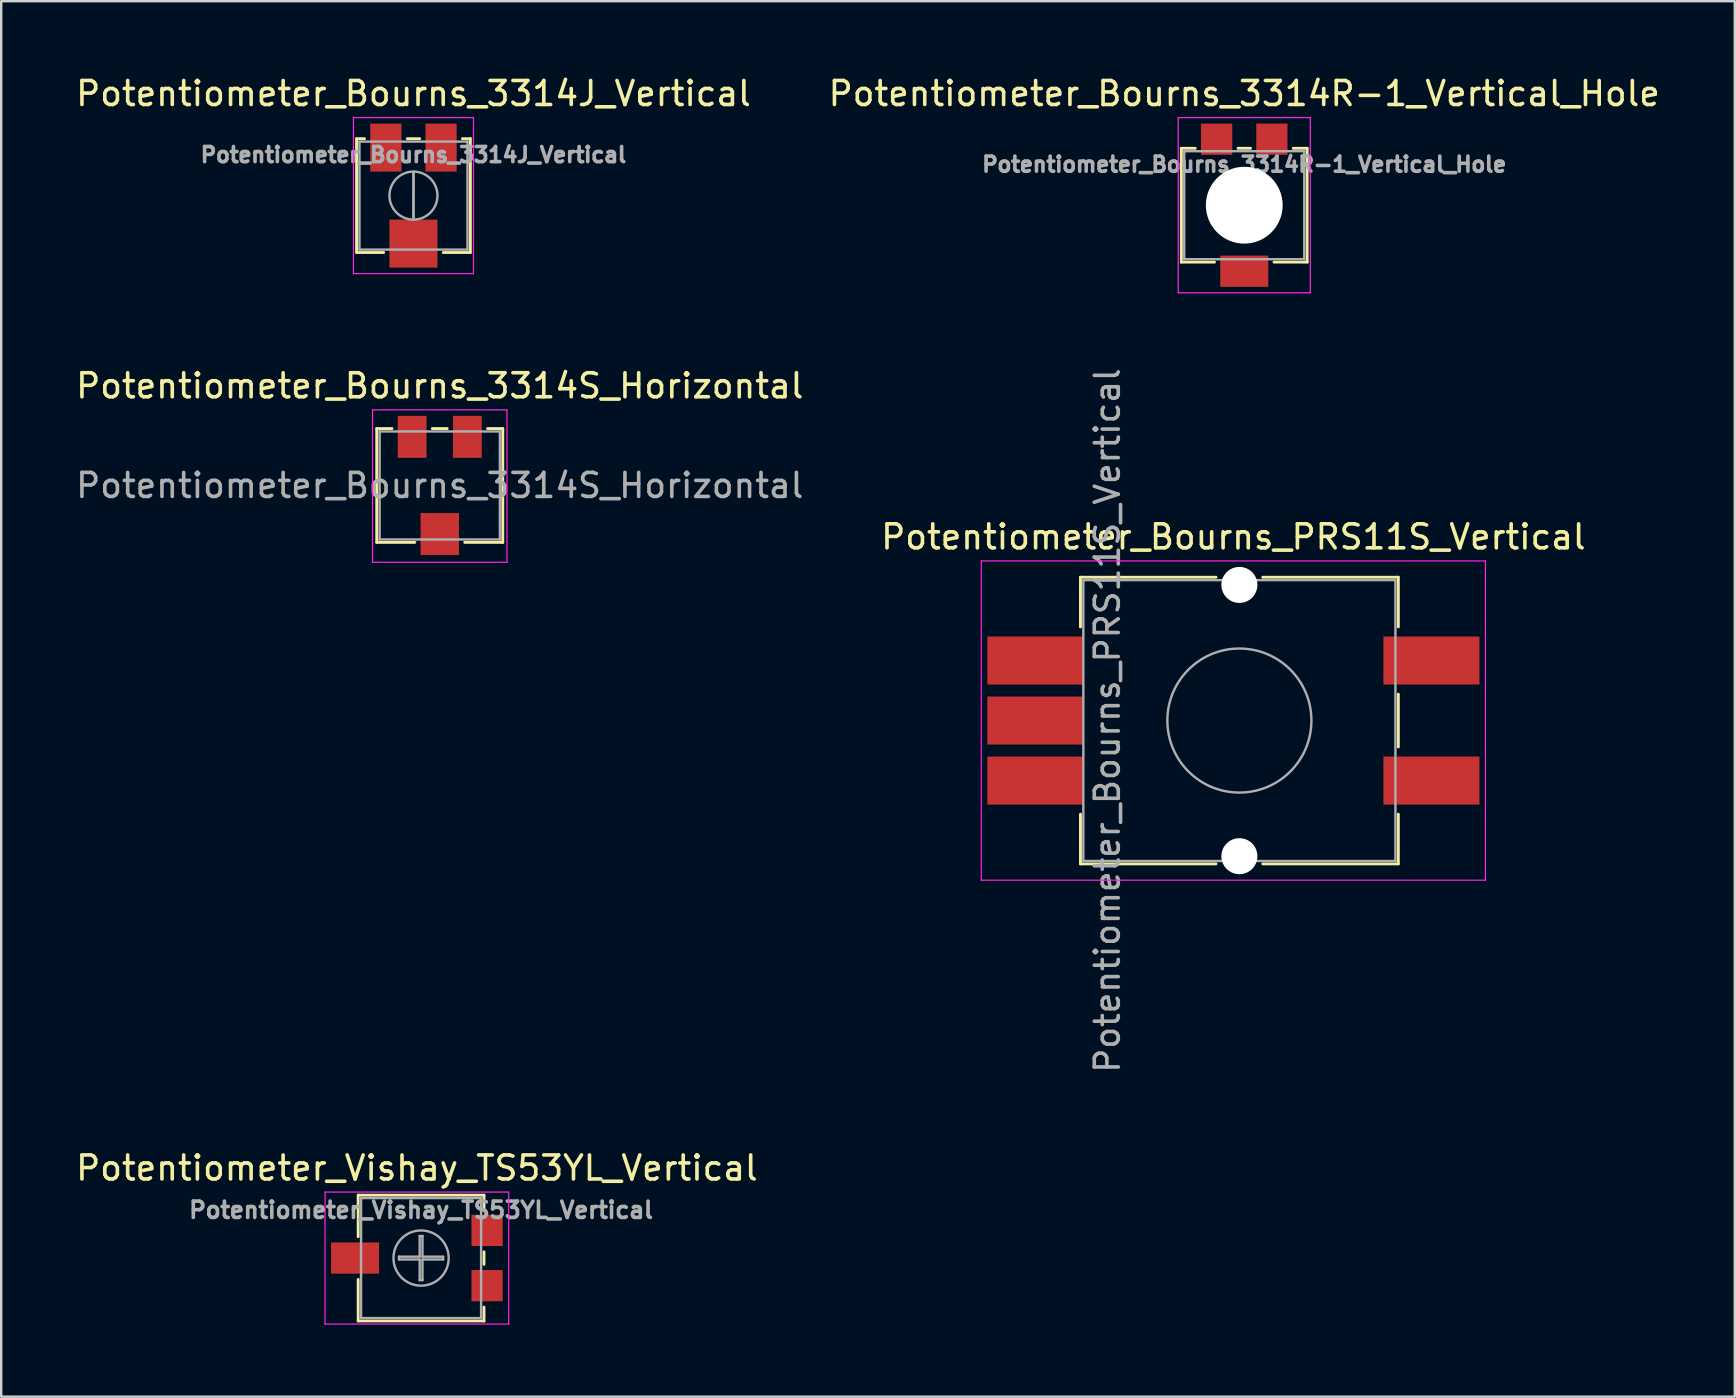
<source format=kicad_pcb>
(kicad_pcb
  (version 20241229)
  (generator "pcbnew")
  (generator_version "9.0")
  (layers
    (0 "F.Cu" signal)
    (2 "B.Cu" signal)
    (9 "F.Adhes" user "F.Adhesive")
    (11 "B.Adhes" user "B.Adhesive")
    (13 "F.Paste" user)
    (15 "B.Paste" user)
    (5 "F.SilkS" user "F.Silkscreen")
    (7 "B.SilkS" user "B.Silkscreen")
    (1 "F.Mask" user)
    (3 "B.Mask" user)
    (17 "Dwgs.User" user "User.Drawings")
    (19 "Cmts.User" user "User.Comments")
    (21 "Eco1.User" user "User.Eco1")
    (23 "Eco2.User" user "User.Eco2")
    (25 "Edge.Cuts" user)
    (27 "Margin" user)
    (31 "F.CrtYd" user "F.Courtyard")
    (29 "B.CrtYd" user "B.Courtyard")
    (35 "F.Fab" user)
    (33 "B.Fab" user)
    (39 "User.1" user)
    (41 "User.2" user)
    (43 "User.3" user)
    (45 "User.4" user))
  (footprint "Potentiometer_Bourns_3314R-1_Vertical_Hole"
    (layer "F.Cu")
    (at 48.78 5.498)
    (property "Reference" "Potentiometer_Bourns_3314R-1_Vertical_Hole" (at 0 -4.65 0) (layer "F.SilkS") (effects (font (size 1 1) (thickness 0.15))))
    (attr smd)
    (fp_line (start -2.62 -2.37) (end -2.62 2.37) (stroke (width 0.12) (type solid)) (layer "F.SilkS"))
    (fp_line (start -2.62 -2.37) (end -2.039 -2.37) (stroke (width 0.12) (type solid)) (layer "F.SilkS"))
    (fp_line (start -2.62 2.37) (end -1.24 2.37) (stroke (width 0.12) (type solid)) (layer "F.SilkS"))
    (fp_line (start -0.26 -2.37) (end 0.26 -2.37) (stroke (width 0.12) (type solid)) (layer "F.SilkS"))
    (fp_line (start 1.24 2.37) (end 2.62 2.37) (stroke (width 0.12) (type solid)) (layer "F.SilkS"))
    (fp_line (start 2.04 -2.37) (end 2.62 -2.37) (stroke (width 0.12) (type solid)) (layer "F.SilkS"))
    (fp_line (start 2.62 -2.37) (end 2.62 2.37) (stroke (width 0.12) (type solid)) (layer "F.SilkS"))
    (fp_line (start -2.75 -3.65) (end -2.75 3.65) (stroke (width 0.05) (type solid)) (layer "F.CrtYd"))
    (fp_line (start -2.75 3.65) (end 2.75 3.65) (stroke (width 0.05) (type solid)) (layer "F.CrtYd"))
    (fp_line (start 2.75 -3.65) (end -2.75 -3.65) (stroke (width 0.05) (type solid)) (layer "F.CrtYd"))
    (fp_line (start 2.75 3.65) (end 2.75 -3.65) (stroke (width 0.05) (type solid)) (layer "F.CrtYd"))
    (fp_line (start -2.5 -2.25) (end -2.5 2.25) (stroke (width 0.1) (type solid)) (layer "F.Fab"))
    (fp_line (start -2.5 2.25) (end 2.5 2.25) (stroke (width 0.1) (type solid)) (layer "F.Fab"))
    (fp_line (start 2.5 -2.25) (end -2.5 -2.25) (stroke (width 0.1) (type solid)) (layer "F.Fab"))
    (fp_line (start 2.5 2.25) (end 2.5 -2.25) (stroke (width 0.1) (type solid)) (layer "F.Fab"))
    (fp_text user "${REFERENCE}" (at 0 -1.7 0) (layer "F.Fab") (effects (font (size 0.63 0.63) (thickness 0.15))))
    (pad "" np_thru_hole circle (at 0 0) (size 3.2 3.2) (drill 3.2) (layers "*.Cu" "*.Mask"))
    (pad "1" smd rect (at 1.15 -2.75) (size 1.3 1.3) (layers "F.Cu" "F.Mask" "F.Paste"))
    (pad "2" smd rect (at 0 2.75) (size 2 1.3) (layers "F.Cu" "F.Mask" "F.Paste"))
    (pad "3" smd rect (at -1.15 -2.75) (size 1.3 1.3) (layers "F.Cu" "F.Mask" "F.Paste")))
  (footprint "Potentiometer_Bourns_3314S_Horizontal"
    (layer "F.Cu")
    (at 15.268 17.172)
    (property "Reference" "Potentiometer_Bourns_3314S_Horizontal" (at 0 -4.15 0) (layer "F.SilkS") (effects (font (size 1 1) (thickness 0.15))))
    (attr smd)
    (fp_line (start -2.625 -2.37) (end -2.625 2.37) (stroke (width 0.12) (type solid)) (layer "F.SilkS"))
    (fp_line (start -2.625 -2.37) (end -1.99 -2.37) (stroke (width 0.12) (type solid)) (layer "F.SilkS"))
    (fp_line (start -2.625 2.37) (end -1.04 2.37) (stroke (width 0.12) (type solid)) (layer "F.SilkS"))
    (fp_line (start -0.31 -2.37) (end 0.31 -2.37) (stroke (width 0.12) (type solid)) (layer "F.SilkS"))
    (fp_line (start 1.04 2.37) (end 2.625 2.37) (stroke (width 0.12) (type solid)) (layer "F.SilkS"))
    (fp_line (start 1.99 -2.37) (end 2.625 -2.37) (stroke (width 0.12) (type solid)) (layer "F.SilkS"))
    (fp_line (start 2.625 -2.37) (end 2.625 2.37) (stroke (width 0.12) (type solid)) (layer "F.SilkS"))
    (fp_line (start -2.8 -3.15) (end -2.8 3.2) (stroke (width 0.05) (type solid)) (layer "F.CrtYd"))
    (fp_line (start -2.8 3.2) (end 2.8 3.2) (stroke (width 0.05) (type solid)) (layer "F.CrtYd"))
    (fp_line (start 2.8 -3.15) (end -2.8 -3.15) (stroke (width 0.05) (type solid)) (layer "F.CrtYd"))
    (fp_line (start 2.8 3.2) (end 2.8 -3.15) (stroke (width 0.05) (type solid)) (layer "F.CrtYd"))
    (fp_line (start -2.505 -2.25) (end -2.505 2.25) (stroke (width 0.1) (type solid)) (layer "F.Fab"))
    (fp_line (start -2.505 2.25) (end 2.505 2.25) (stroke (width 0.1) (type solid)) (layer "F.Fab"))
    (fp_line (start 2.505 -2.25) (end -2.505 -2.25) (stroke (width 0.1) (type solid)) (layer "F.Fab"))
    (fp_line (start 2.505 2.25) (end 2.505 -2.25) (stroke (width 0.1) (type solid)) (layer "F.Fab"))
    (fp_text user "${REFERENCE}" (at 0 0 0) (layer "F.Fab") (effects (font (size 1 1) (thickness 0.15))))
    (pad "1" smd rect (at 1.15 -2.025) (size 1.2 1.75) (layers "F.Cu" "F.Mask" "F.Paste"))
    (pad "2" smd rect (at 0 2.025) (size 1.6 1.75) (layers "F.Cu" "F.Mask" "F.Paste"))
    (pad "3" smd rect (at -1.15 -2.025) (size 1.2 1.75) (layers "F.Cu" "F.Mask" "F.Paste")))
  (footprint "Potentiometer_Vishay_TS53YL_Vertical"
    (layer "F.Cu")
    (at 14.49 49.355)
    (property "Reference" "Potentiometer_Vishay_TS53YL_Vertical" (at -0.175 -3.75 0) (layer "F.SilkS") (effects (font (size 1 1) (thickness 0.15))))
    (attr smd)
    (fp_line (start -2.62 -2.62) (end -2.62 -0.89) (stroke (width 0.12) (type solid)) (layer "F.SilkS"))
    (fp_line (start -2.62 -2.62) (end 2.62 -2.62) (stroke (width 0.12) (type solid)) (layer "F.SilkS"))
    (fp_line (start -2.62 0.89) (end -2.62 2.62) (stroke (width 0.12) (type solid)) (layer "F.SilkS"))
    (fp_line (start -2.62 2.62) (end 2.62 2.62) (stroke (width 0.12) (type solid)) (layer "F.SilkS"))
    (fp_line (start 2.62 -2.62) (end 2.62 -2.039) (stroke (width 0.12) (type solid)) (layer "F.SilkS"))
    (fp_line (start 2.62 -0.26) (end 2.62 0.26) (stroke (width 0.12) (type solid)) (layer "F.SilkS"))
    (fp_line (start 2.62 2.04) (end 2.62 2.62) (stroke (width 0.12) (type solid)) (layer "F.SilkS"))
    (fp_line (start -4 -2.75) (end -4 2.75) (stroke (width 0.05) (type solid)) (layer "F.CrtYd"))
    (fp_line (start -4 2.75) (end 3.65 2.75) (stroke (width 0.05) (type solid)) (layer "F.CrtYd"))
    (fp_line (start 3.65 -2.75) (end -4 -2.75) (stroke (width 0.05) (type solid)) (layer "F.CrtYd"))
    (fp_line (start 3.65 2.75) (end 3.65 -2.75) (stroke (width 0.05) (type solid)) (layer "F.CrtYd"))
    (fp_line (start -2.5 -2.5) (end -2.5 2.5) (stroke (width 0.1) (type solid)) (layer "F.Fab"))
    (fp_line (start -2.5 2.5) (end 2.5 2.5) (stroke (width 0.1) (type solid)) (layer "F.Fab"))
    (fp_line (start -0.92 -0.058) (end -0.058 -0.058) (stroke (width 0.1) (type solid)) (layer "F.Fab"))
    (fp_line (start -0.92 0.058) (end -0.92 -0.058) (stroke (width 0.1) (type solid)) (layer "F.Fab"))
    (fp_line (start -0.058 -0.92) (end 0.058 -0.92) (stroke (width 0.1) (type solid)) (layer "F.Fab"))
    (fp_line (start -0.058 -0.058) (end -0.058 -0.92) (stroke (width 0.1) (type solid)) (layer "F.Fab"))
    (fp_line (start -0.058 0.058) (end -0.92 0.058) (stroke (width 0.1) (type solid)) (layer "F.Fab"))
    (fp_line (start -0.058 0.92) (end -0.058 0.058) (stroke (width 0.1) (type solid)) (layer "F.Fab"))
    (fp_line (start 0.058 -0.92) (end 0.058 -0.058) (stroke (width 0.1) (type solid)) (layer "F.Fab"))
    (fp_line (start 0.058 -0.058) (end 0.92 -0.058) (stroke (width 0.1) (type solid)) (layer "F.Fab"))
    (fp_line (start 0.058 0.058) (end 0.058 0.92) (stroke (width 0.1) (type solid)) (layer "F.Fab"))
    (fp_line (start 0.058 0.92) (end -0.058 0.92) (stroke (width 0.1) (type solid)) (layer "F.Fab"))
    (fp_line (start 0.92 -0.058) (end 0.92 0.058) (stroke (width 0.1) (type solid)) (layer "F.Fab"))
    (fp_line (start 0.92 0.058) (end 0.058 0.058) (stroke (width 0.1) (type solid)) (layer "F.Fab"))
    (fp_line (start 2.5 -2.5) (end -2.5 -2.5) (stroke (width 0.1) (type solid)) (layer "F.Fab"))
    (fp_line (start 2.5 2.5) (end 2.5 -2.5) (stroke (width 0.1) (type solid)) (layer "F.Fab"))
    (fp_circle (center 0 0) (end 1.15 0) (stroke (width 0.1) (type solid)) (fill no) (layer "F.Fab"))
    (fp_text user "${REFERENCE}" (at 0 -2 0) (layer "F.Fab") (effects (font (size 0.68 0.68) (thickness 0.15))))
    (pad "1" smd rect (at 2.75 -1.15) (size 1.3 1.3) (layers "F.Cu" "F.Mask" "F.Paste"))
    (pad "2" smd rect (at -2.75 0) (size 2 1.3) (layers "F.Cu" "F.Mask" "F.Paste"))
    (pad "3" smd rect (at 2.75 1.15) (size 1.3 1.3) (layers "F.Cu" "F.Mask" "F.Paste")))
  (footprint "Potentiometer_Bourns_PRS11S_Vertical"
    (layer "F.Cu")
    (at 48.327 26.965)
    (property "Reference" "Potentiometer_Bourns_PRS11S_Vertical" (at 0 -7.65 0) (layer "F.SilkS") (effects (font (size 1 1) (thickness 0.15))))
    (attr smd)
    (fp_line (start -6.37 -5.97) (end -6.37 -3.9) (stroke (width 0.12) (type solid)) (layer "F.SilkS"))
    (fp_line (start -6.37 -5.97) (end -0.723 -5.97) (stroke (width 0.12) (type solid)) (layer "F.SilkS"))
    (fp_line (start -6.37 3.9) (end -6.37 5.97) (stroke (width 0.12) (type solid)) (layer "F.SilkS"))
    (fp_line (start -6.37 5.97) (end -0.723 5.97) (stroke (width 0.12) (type solid)) (layer "F.SilkS"))
    (fp_line (start 1.224 -5.97) (end 6.87 -5.97) (stroke (width 0.12) (type solid)) (layer "F.SilkS"))
    (fp_line (start 1.224 5.97) (end 6.87 5.97) (stroke (width 0.12) (type solid)) (layer "F.SilkS"))
    (fp_line (start 6.87 -5.97) (end 6.87 -3.9) (stroke (width 0.12) (type solid)) (layer "F.SilkS"))
    (fp_line (start 6.87 -1.1) (end 6.87 1.1) (stroke (width 0.12) (type solid)) (layer "F.SilkS"))
    (fp_line (start 6.87 3.9) (end 6.87 5.97) (stroke (width 0.12) (type solid)) (layer "F.SilkS"))
    (fp_line (start -10.5 -6.65) (end -10.5 6.65) (stroke (width 0.05) (type solid)) (layer "F.CrtYd"))
    (fp_line (start -10.5 6.65) (end 10.5 6.65) (stroke (width 0.05) (type solid)) (layer "F.CrtYd"))
    (fp_line (start 10.5 -6.65) (end -10.5 -6.65) (stroke (width 0.05) (type solid)) (layer "F.CrtYd"))
    (fp_line (start 10.5 6.65) (end 10.5 -6.65) (stroke (width 0.05) (type solid)) (layer "F.CrtYd"))
    (fp_line (start -6.25 -5.85) (end -6.25 5.85) (stroke (width 0.1) (type solid)) (layer "F.Fab"))
    (fp_line (start -6.25 5.85) (end 6.75 5.85) (stroke (width 0.1) (type solid)) (layer "F.Fab"))
    (fp_line (start 6.75 -5.85) (end -6.25 -5.85) (stroke (width 0.1) (type solid)) (layer "F.Fab"))
    (fp_line (start 6.75 5.85) (end 6.75 -5.85) (stroke (width 0.1) (type solid)) (layer "F.Fab"))
    (fp_circle (center 0.25 0) (end 3.25 0) (stroke (width 0.1) (type solid)) (fill no) (layer "F.Fab"))
    (fp_text user "${REFERENCE}" (at -5.25 0 90) (layer "F.Fab") (effects (font (size 1 1) (thickness 0.15))))
    (pad "" np_thru_hole circle (at 0.25 -5.65) (size 1.5 1.5) (drill 1.5) (layers "*.Cu" "*.Mask"))
    (pad "" np_thru_hole circle (at 0.25 5.65) (size 1.5 1.5) (drill 1.5) (layers "*.Cu" "*.Mask"))
    (pad "1" smd rect (at -8.25 -2.5) (size 4 2) (layers "F.Cu" "F.Mask" "F.Paste"))
    (pad "2" smd rect (at -8.25 0) (size 4 2) (layers "F.Cu" "F.Mask" "F.Paste"))
    (pad "3" smd rect (at -8.25 2.5) (size 4 2) (layers "F.Cu" "F.Mask" "F.Paste"))
    (pad "4" smd rect (at 8.25 -2.5) (size 4 2) (layers "F.Cu" "F.Mask" "F.Paste"))
    (pad "5" smd rect (at 8.25 2.5) (size 4 2) (layers "F.Cu" "F.Mask" "F.Paste")))
  (footprint "Potentiometer_Bourns_3314J_Vertical"
    (layer "F.Cu")
    (at 14.173 5.098)
    (property "Reference" "Potentiometer_Bourns_3314J_Vertical" (at 0 -4.25 0) (layer "F.SilkS") (effects (font (size 1 1) (thickness 0.15))))
    (attr smd)
    (fp_line (start -2.37 -2.37) (end -2.37 2.37) (stroke (width 0.12) (type solid)) (layer "F.SilkS"))
    (fp_line (start -2.37 -2.37) (end -2.039 -2.37) (stroke (width 0.12) (type solid)) (layer "F.SilkS"))
    (fp_line (start -2.37 2.37) (end -1.24 2.37) (stroke (width 0.12) (type solid)) (layer "F.SilkS"))
    (fp_line (start -0.259 -2.37) (end 0.26 -2.37) (stroke (width 0.12) (type solid)) (layer "F.SilkS"))
    (fp_line (start 1.24 2.37) (end 2.37 2.37) (stroke (width 0.12) (type solid)) (layer "F.SilkS"))
    (fp_line (start 2.04 -2.37) (end 2.37 -2.37) (stroke (width 0.12) (type solid)) (layer "F.SilkS"))
    (fp_line (start 2.37 -2.37) (end 2.37 2.37) (stroke (width 0.12) (type solid)) (layer "F.SilkS"))
    (fp_line (start -2.5 -3.25) (end -2.5 3.25) (stroke (width 0.05) (type solid)) (layer "F.CrtYd"))
    (fp_line (start -2.5 3.25) (end 2.5 3.25) (stroke (width 0.05) (type solid)) (layer "F.CrtYd"))
    (fp_line (start 2.5 -3.25) (end -2.5 -3.25) (stroke (width 0.05) (type solid)) (layer "F.CrtYd"))
    (fp_line (start 2.5 3.25) (end 2.5 -3.25) (stroke (width 0.05) (type solid)) (layer "F.CrtYd"))
    (fp_line (start -2.25 -2.25) (end -2.25 2.25) (stroke (width 0.1) (type solid)) (layer "F.Fab"))
    (fp_line (start -2.25 2.25) (end 2.25 2.25) (stroke (width 0.1) (type solid)) (layer "F.Fab"))
    (fp_line (start 0 0.99) (end 0.001 -0.989) (stroke (width 0.1) (type solid)) (layer "F.Fab"))
    (fp_line (start 0 0.99) (end 0.001 -0.989) (stroke (width 0.1) (type solid)) (layer "F.Fab"))
    (fp_line (start 2.25 -2.25) (end -2.25 -2.25) (stroke (width 0.1) (type solid)) (layer "F.Fab"))
    (fp_line (start 2.25 2.25) (end 2.25 -2.25) (stroke (width 0.1) (type solid)) (layer "F.Fab"))
    (fp_circle (center 0 0) (end 1 0) (stroke (width 0.1) (type solid)) (fill no) (layer "F.Fab"))
    (fp_text user "${REFERENCE}" (at 0 -1.7 0) (layer "F.Fab") (effects (font (size 0.63 0.63) (thickness 0.15))))
    (pad "1" smd rect (at 1.15 -2) (size 1.3 2) (layers "F.Cu" "F.Mask" "F.Paste"))
    (pad "2" smd rect (at 0 2) (size 2 2) (layers "F.Cu" "F.Mask" "F.Paste"))
    (pad "3" smd rect (at -1.15 -2) (size 1.3 2) (layers "F.Cu" "F.Mask" "F.Paste")))
  (gr_rect
    (start -3 -3)
    (end 69.214 55.13)
    (stroke (width 0.1) (type default))
    (fill no)
    (layer "Edge.Cuts")))
</source>
